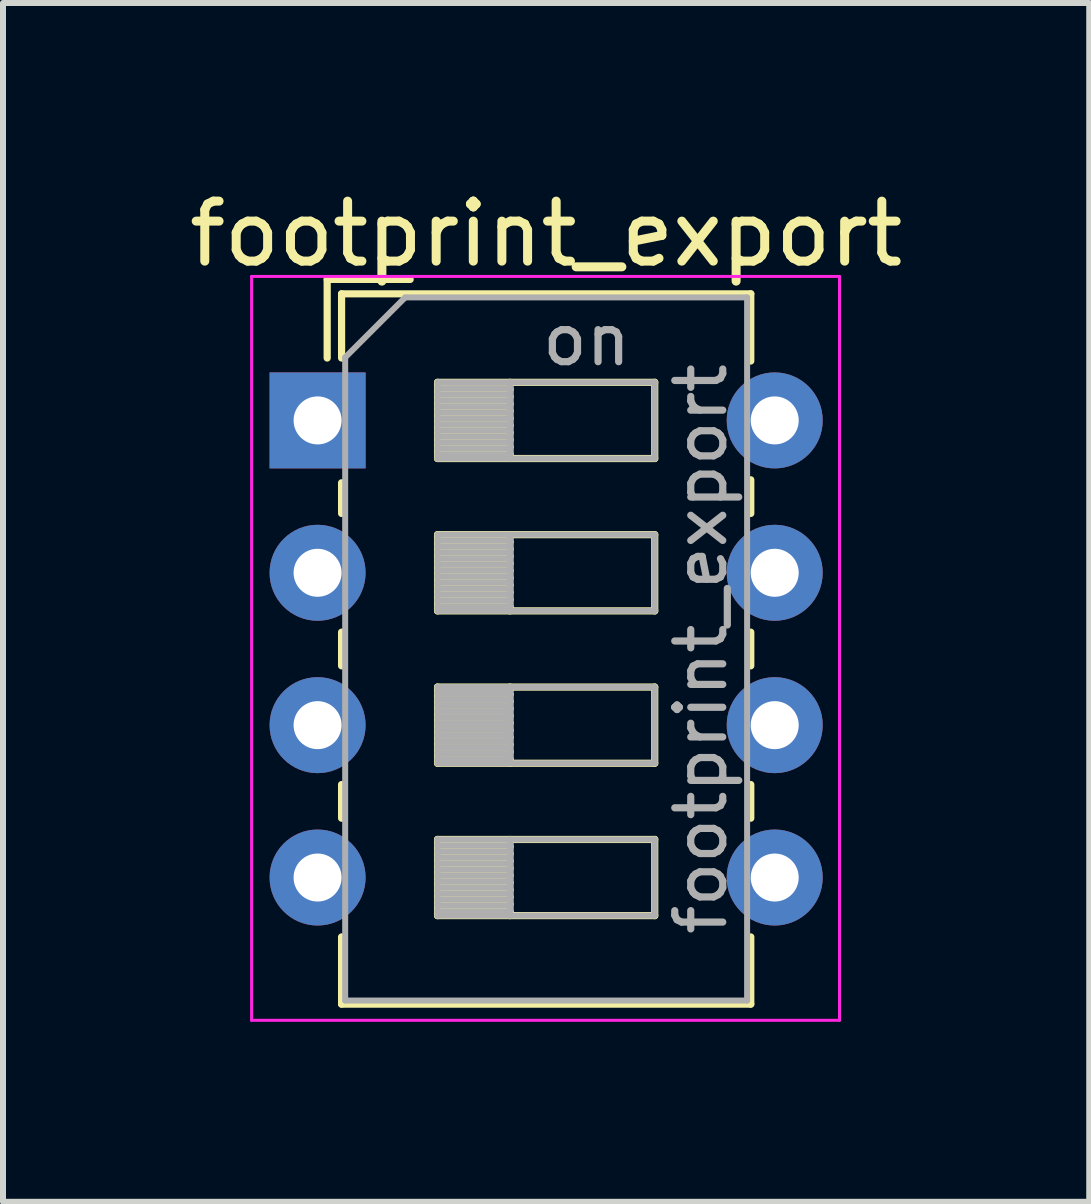
<source format=kicad_pcb>
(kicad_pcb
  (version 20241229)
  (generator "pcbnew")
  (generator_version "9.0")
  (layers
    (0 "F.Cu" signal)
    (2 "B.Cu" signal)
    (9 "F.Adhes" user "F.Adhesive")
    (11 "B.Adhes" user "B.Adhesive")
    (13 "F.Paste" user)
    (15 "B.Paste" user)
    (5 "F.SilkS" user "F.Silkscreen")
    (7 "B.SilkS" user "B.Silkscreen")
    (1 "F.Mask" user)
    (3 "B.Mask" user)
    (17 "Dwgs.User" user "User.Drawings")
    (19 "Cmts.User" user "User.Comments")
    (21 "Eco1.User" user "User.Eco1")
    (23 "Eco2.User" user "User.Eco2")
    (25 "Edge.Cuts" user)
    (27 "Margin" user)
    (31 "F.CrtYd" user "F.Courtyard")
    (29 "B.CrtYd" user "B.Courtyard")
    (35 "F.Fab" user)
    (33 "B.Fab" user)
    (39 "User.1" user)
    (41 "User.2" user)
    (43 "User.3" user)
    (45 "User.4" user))
  (footprint "footprint_export"
    (layer "F.Cu")
    (at 2.244 3.958)
    (property "Reference" "footprint_export" (at 3.81 -3.11 0) (layer "F.SilkS") (effects (font (size 1 1) (thickness 0.15))))
    (attr through_hole)
    (fp_line (start 0.16 -2.35) (end 0.16 -1.04) (stroke (width 0.12) (type solid)) (layer "F.SilkS"))
    (fp_line (start 0.16 -2.35) (end 1.543 -2.35) (stroke (width 0.12) (type solid)) (layer "F.SilkS"))
    (fp_line (start 0.4 -2.11) (end 0.4 -1.04) (stroke (width 0.12) (type solid)) (layer "F.SilkS"))
    (fp_line (start 0.4 -2.11) (end 7.221 -2.11) (stroke (width 0.12) (type solid)) (layer "F.SilkS"))
    (fp_line (start 0.4 1.04) (end 0.4 1.551) (stroke (width 0.12) (type solid)) (layer "F.SilkS"))
    (fp_line (start 0.4 3.53) (end 0.4 4.091) (stroke (width 0.12) (type solid)) (layer "F.SilkS"))
    (fp_line (start 0.4 6.07) (end 0.4 6.631) (stroke (width 0.12) (type solid)) (layer "F.SilkS"))
    (fp_line (start 0.4 8.61) (end 0.4 9.73) (stroke (width 0.12) (type solid)) (layer "F.SilkS"))
    (fp_line (start 0.4 9.73) (end 7.221 9.73) (stroke (width 0.12) (type solid)) (layer "F.SilkS"))
    (fp_line (start 2 -0.635) (end 2 0.635) (stroke (width 0.12) (type solid)) (layer "F.SilkS"))
    (fp_line (start 2 -0.515) (end 3.207 -0.515) (stroke (width 0.12) (type solid)) (layer "F.SilkS"))
    (fp_line (start 2 -0.395) (end 3.207 -0.395) (stroke (width 0.12) (type solid)) (layer "F.SilkS"))
    (fp_line (start 2 -0.275) (end 3.207 -0.275) (stroke (width 0.12) (type solid)) (layer "F.SilkS"))
    (fp_line (start 2 -0.155) (end 3.207 -0.155) (stroke (width 0.12) (type solid)) (layer "F.SilkS"))
    (fp_line (start 2 -0.035) (end 3.207 -0.035) (stroke (width 0.12) (type solid)) (layer "F.SilkS"))
    (fp_line (start 2 0.085) (end 3.207 0.085) (stroke (width 0.12) (type solid)) (layer "F.SilkS"))
    (fp_line (start 2 0.205) (end 3.207 0.205) (stroke (width 0.12) (type solid)) (layer "F.SilkS"))
    (fp_line (start 2 0.325) (end 3.207 0.325) (stroke (width 0.12) (type solid)) (layer "F.SilkS"))
    (fp_line (start 2 0.445) (end 3.207 0.445) (stroke (width 0.12) (type solid)) (layer "F.SilkS"))
    (fp_line (start 2 0.565) (end 3.207 0.565) (stroke (width 0.12) (type solid)) (layer "F.SilkS"))
    (fp_line (start 2 0.635) (end 5.62 0.635) (stroke (width 0.12) (type solid)) (layer "F.SilkS"))
    (fp_line (start 2 1.905) (end 2 3.175) (stroke (width 0.12) (type solid)) (layer "F.SilkS"))
    (fp_line (start 2 2.025) (end 3.207 2.025) (stroke (width 0.12) (type solid)) (layer "F.SilkS"))
    (fp_line (start 2 2.145) (end 3.207 2.145) (stroke (width 0.12) (type solid)) (layer "F.SilkS"))
    (fp_line (start 2 2.265) (end 3.207 2.265) (stroke (width 0.12) (type solid)) (layer "F.SilkS"))
    (fp_line (start 2 2.385) (end 3.207 2.385) (stroke (width 0.12) (type solid)) (layer "F.SilkS"))
    (fp_line (start 2 2.505) (end 3.207 2.505) (stroke (width 0.12) (type solid)) (layer "F.SilkS"))
    (fp_line (start 2 2.625) (end 3.207 2.625) (stroke (width 0.12) (type solid)) (layer "F.SilkS"))
    (fp_line (start 2 2.745) (end 3.207 2.745) (stroke (width 0.12) (type solid)) (layer "F.SilkS"))
    (fp_line (start 2 2.865) (end 3.207 2.865) (stroke (width 0.12) (type solid)) (layer "F.SilkS"))
    (fp_line (start 2 2.985) (end 3.207 2.985) (stroke (width 0.12) (type solid)) (layer "F.SilkS"))
    (fp_line (start 2 3.105) (end 3.207 3.105) (stroke (width 0.12) (type solid)) (layer "F.SilkS"))
    (fp_line (start 2 3.175) (end 5.62 3.175) (stroke (width 0.12) (type solid)) (layer "F.SilkS"))
    (fp_line (start 2 4.445) (end 2 5.715) (stroke (width 0.12) (type solid)) (layer "F.SilkS"))
    (fp_line (start 2 4.565) (end 3.207 4.565) (stroke (width 0.12) (type solid)) (layer "F.SilkS"))
    (fp_line (start 2 4.685) (end 3.207 4.685) (stroke (width 0.12) (type solid)) (layer "F.SilkS"))
    (fp_line (start 2 4.805) (end 3.207 4.805) (stroke (width 0.12) (type solid)) (layer "F.SilkS"))
    (fp_line (start 2 4.925) (end 3.207 4.925) (stroke (width 0.12) (type solid)) (layer "F.SilkS"))
    (fp_line (start 2 5.045) (end 3.207 5.045) (stroke (width 0.12) (type solid)) (layer "F.SilkS"))
    (fp_line (start 2 5.165) (end 3.207 5.165) (stroke (width 0.12) (type solid)) (layer "F.SilkS"))
    (fp_line (start 2 5.285) (end 3.207 5.285) (stroke (width 0.12) (type solid)) (layer "F.SilkS"))
    (fp_line (start 2 5.405) (end 3.207 5.405) (stroke (width 0.12) (type solid)) (layer "F.SilkS"))
    (fp_line (start 2 5.525) (end 3.207 5.525) (stroke (width 0.12) (type solid)) (layer "F.SilkS"))
    (fp_line (start 2 5.645) (end 3.207 5.645) (stroke (width 0.12) (type solid)) (layer "F.SilkS"))
    (fp_line (start 2 5.715) (end 5.62 5.715) (stroke (width 0.12) (type solid)) (layer "F.SilkS"))
    (fp_line (start 2 6.985) (end 2 8.255) (stroke (width 0.12) (type solid)) (layer "F.SilkS"))
    (fp_line (start 2 7.105) (end 3.207 7.105) (stroke (width 0.12) (type solid)) (layer "F.SilkS"))
    (fp_line (start 2 7.225) (end 3.207 7.225) (stroke (width 0.12) (type solid)) (layer "F.SilkS"))
    (fp_line (start 2 7.345) (end 3.207 7.345) (stroke (width 0.12) (type solid)) (layer "F.SilkS"))
    (fp_line (start 2 7.465) (end 3.207 7.465) (stroke (width 0.12) (type solid)) (layer "F.SilkS"))
    (fp_line (start 2 7.585) (end 3.207 7.585) (stroke (width 0.12) (type solid)) (layer "F.SilkS"))
    (fp_line (start 2 7.705) (end 3.207 7.705) (stroke (width 0.12) (type solid)) (layer "F.SilkS"))
    (fp_line (start 2 7.825) (end 3.207 7.825) (stroke (width 0.12) (type solid)) (layer "F.SilkS"))
    (fp_line (start 2 7.945) (end 3.207 7.945) (stroke (width 0.12) (type solid)) (layer "F.SilkS"))
    (fp_line (start 2 8.065) (end 3.207 8.065) (stroke (width 0.12) (type solid)) (layer "F.SilkS"))
    (fp_line (start 2 8.185) (end 3.207 8.185) (stroke (width 0.12) (type solid)) (layer "F.SilkS"))
    (fp_line (start 2 8.255) (end 5.62 8.255) (stroke (width 0.12) (type solid)) (layer "F.SilkS"))
    (fp_line (start 3.207 -0.635) (end 3.207 0.635) (stroke (width 0.12) (type solid)) (layer "F.SilkS"))
    (fp_line (start 3.207 1.905) (end 3.207 3.175) (stroke (width 0.12) (type solid)) (layer "F.SilkS"))
    (fp_line (start 3.207 4.445) (end 3.207 5.715) (stroke (width 0.12) (type solid)) (layer "F.SilkS"))
    (fp_line (start 3.207 6.985) (end 3.207 8.255) (stroke (width 0.12) (type solid)) (layer "F.SilkS"))
    (fp_line (start 5.62 -0.635) (end 2 -0.635) (stroke (width 0.12) (type solid)) (layer "F.SilkS"))
    (fp_line (start 5.62 0.635) (end 5.62 -0.635) (stroke (width 0.12) (type solid)) (layer "F.SilkS"))
    (fp_line (start 5.62 1.905) (end 2 1.905) (stroke (width 0.12) (type solid)) (layer "F.SilkS"))
    (fp_line (start 5.62 3.175) (end 5.62 1.905) (stroke (width 0.12) (type solid)) (layer "F.SilkS"))
    (fp_line (start 5.62 4.445) (end 2 4.445) (stroke (width 0.12) (type solid)) (layer "F.SilkS"))
    (fp_line (start 5.62 5.715) (end 5.62 4.445) (stroke (width 0.12) (type solid)) (layer "F.SilkS"))
    (fp_line (start 5.62 6.985) (end 2 6.985) (stroke (width 0.12) (type solid)) (layer "F.SilkS"))
    (fp_line (start 5.62 8.255) (end 5.62 6.985) (stroke (width 0.12) (type solid)) (layer "F.SilkS"))
    (fp_line (start 7.221 -2.11) (end 7.221 -0.99) (stroke (width 0.12) (type solid)) (layer "F.SilkS"))
    (fp_line (start 7.221 0.99) (end 7.221 1.551) (stroke (width 0.12) (type solid)) (layer "F.SilkS"))
    (fp_line (start 7.221 3.53) (end 7.221 4.091) (stroke (width 0.12) (type solid)) (layer "F.SilkS"))
    (fp_line (start 7.221 6.07) (end 7.221 6.631) (stroke (width 0.12) (type solid)) (layer "F.SilkS"))
    (fp_line (start 7.221 8.61) (end 7.221 9.73) (stroke (width 0.12) (type solid)) (layer "F.SilkS"))
    (fp_line (start -1.1 -2.4) (end -1.1 10) (stroke (width 0.05) (type solid)) (layer "F.CrtYd"))
    (fp_line (start -1.1 10) (end 8.7 10) (stroke (width 0.05) (type solid)) (layer "F.CrtYd"))
    (fp_line (start 8.7 -2.4) (end -1.1 -2.4) (stroke (width 0.05) (type solid)) (layer "F.CrtYd"))
    (fp_line (start 8.7 10) (end 8.7 -2.4) (stroke (width 0.05) (type solid)) (layer "F.CrtYd"))
    (fp_line (start 0.46 -1.05) (end 1.46 -2.05) (stroke (width 0.1) (type solid)) (layer "F.Fab"))
    (fp_line (start 0.46 9.67) (end 0.46 -1.05) (stroke (width 0.1) (type solid)) (layer "F.Fab"))
    (fp_line (start 1.46 -2.05) (end 7.16 -2.05) (stroke (width 0.1) (type solid)) (layer "F.Fab"))
    (fp_line (start 2 -0.635) (end 2 0.635) (stroke (width 0.1) (type solid)) (layer "F.Fab"))
    (fp_line (start 2 -0.535) (end 3.207 -0.535) (stroke (width 0.1) (type solid)) (layer "F.Fab"))
    (fp_line (start 2 -0.435) (end 3.207 -0.435) (stroke (width 0.1) (type solid)) (layer "F.Fab"))
    (fp_line (start 2 -0.335) (end 3.207 -0.335) (stroke (width 0.1) (type solid)) (layer "F.Fab"))
    (fp_line (start 2 -0.235) (end 3.207 -0.235) (stroke (width 0.1) (type solid)) (layer "F.Fab"))
    (fp_line (start 2 -0.135) (end 3.207 -0.135) (stroke (width 0.1) (type solid)) (layer "F.Fab"))
    (fp_line (start 2 -0.035) (end 3.207 -0.035) (stroke (width 0.1) (type solid)) (layer "F.Fab"))
    (fp_line (start 2 0.065) (end 3.207 0.065) (stroke (width 0.1) (type solid)) (layer "F.Fab"))
    (fp_line (start 2 0.165) (end 3.207 0.165) (stroke (width 0.1) (type solid)) (layer "F.Fab"))
    (fp_line (start 2 0.265) (end 3.207 0.265) (stroke (width 0.1) (type solid)) (layer "F.Fab"))
    (fp_line (start 2 0.365) (end 3.207 0.365) (stroke (width 0.1) (type solid)) (layer "F.Fab"))
    (fp_line (start 2 0.465) (end 3.207 0.465) (stroke (width 0.1) (type solid)) (layer "F.Fab"))
    (fp_line (start 2 0.565) (end 3.207 0.565) (stroke (width 0.1) (type solid)) (layer "F.Fab"))
    (fp_line (start 2 0.635) (end 5.62 0.635) (stroke (width 0.1) (type solid)) (layer "F.Fab"))
    (fp_line (start 2 1.905) (end 2 3.175) (stroke (width 0.1) (type solid)) (layer "F.Fab"))
    (fp_line (start 2 2.005) (end 3.207 2.005) (stroke (width 0.1) (type solid)) (layer "F.Fab"))
    (fp_line (start 2 2.105) (end 3.207 2.105) (stroke (width 0.1) (type solid)) (layer "F.Fab"))
    (fp_line (start 2 2.205) (end 3.207 2.205) (stroke (width 0.1) (type solid)) (layer "F.Fab"))
    (fp_line (start 2 2.305) (end 3.207 2.305) (stroke (width 0.1) (type solid)) (layer "F.Fab"))
    (fp_line (start 2 2.405) (end 3.207 2.405) (stroke (width 0.1) (type solid)) (layer "F.Fab"))
    (fp_line (start 2 2.505) (end 3.207 2.505) (stroke (width 0.1) (type solid)) (layer "F.Fab"))
    (fp_line (start 2 2.605) (end 3.207 2.605) (stroke (width 0.1) (type solid)) (layer "F.Fab"))
    (fp_line (start 2 2.705) (end 3.207 2.705) (stroke (width 0.1) (type solid)) (layer "F.Fab"))
    (fp_line (start 2 2.805) (end 3.207 2.805) (stroke (width 0.1) (type solid)) (layer "F.Fab"))
    (fp_line (start 2 2.905) (end 3.207 2.905) (stroke (width 0.1) (type solid)) (layer "F.Fab"))
    (fp_line (start 2 3.005) (end 3.207 3.005) (stroke (width 0.1) (type solid)) (layer "F.Fab"))
    (fp_line (start 2 3.105) (end 3.207 3.105) (stroke (width 0.1) (type solid)) (layer "F.Fab"))
    (fp_line (start 2 3.175) (end 5.62 3.175) (stroke (width 0.1) (type solid)) (layer "F.Fab"))
    (fp_line (start 2 4.445) (end 2 5.715) (stroke (width 0.1) (type solid)) (layer "F.Fab"))
    (fp_line (start 2 4.545) (end 3.207 4.545) (stroke (width 0.1) (type solid)) (layer "F.Fab"))
    (fp_line (start 2 4.645) (end 3.207 4.645) (stroke (width 0.1) (type solid)) (layer "F.Fab"))
    (fp_line (start 2 4.745) (end 3.207 4.745) (stroke (width 0.1) (type solid)) (layer "F.Fab"))
    (fp_line (start 2 4.845) (end 3.207 4.845) (stroke (width 0.1) (type solid)) (layer "F.Fab"))
    (fp_line (start 2 4.945) (end 3.207 4.945) (stroke (width 0.1) (type solid)) (layer "F.Fab"))
    (fp_line (start 2 5.045) (end 3.207 5.045) (stroke (width 0.1) (type solid)) (layer "F.Fab"))
    (fp_line (start 2 5.145) (end 3.207 5.145) (stroke (width 0.1) (type solid)) (layer "F.Fab"))
    (fp_line (start 2 5.245) (end 3.207 5.245) (stroke (width 0.1) (type solid)) (layer "F.Fab"))
    (fp_line (start 2 5.345) (end 3.207 5.345) (stroke (width 0.1) (type solid)) (layer "F.Fab"))
    (fp_line (start 2 5.445) (end 3.207 5.445) (stroke (width 0.1) (type solid)) (layer "F.Fab"))
    (fp_line (start 2 5.545) (end 3.207 5.545) (stroke (width 0.1) (type solid)) (layer "F.Fab"))
    (fp_line (start 2 5.645) (end 3.207 5.645) (stroke (width 0.1) (type solid)) (layer "F.Fab"))
    (fp_line (start 2 5.715) (end 5.62 5.715) (stroke (width 0.1) (type solid)) (layer "F.Fab"))
    (fp_line (start 2 6.985) (end 2 8.255) (stroke (width 0.1) (type solid)) (layer "F.Fab"))
    (fp_line (start 2 7.085) (end 3.207 7.085) (stroke (width 0.1) (type solid)) (layer "F.Fab"))
    (fp_line (start 2 7.185) (end 3.207 7.185) (stroke (width 0.1) (type solid)) (layer "F.Fab"))
    (fp_line (start 2 7.285) (end 3.207 7.285) (stroke (width 0.1) (type solid)) (layer "F.Fab"))
    (fp_line (start 2 7.385) (end 3.207 7.385) (stroke (width 0.1) (type solid)) (layer "F.Fab"))
    (fp_line (start 2 7.485) (end 3.207 7.485) (stroke (width 0.1) (type solid)) (layer "F.Fab"))
    (fp_line (start 2 7.585) (end 3.207 7.585) (stroke (width 0.1) (type solid)) (layer "F.Fab"))
    (fp_line (start 2 7.685) (end 3.207 7.685) (stroke (width 0.1) (type solid)) (layer "F.Fab"))
    (fp_line (start 2 7.785) (end 3.207 7.785) (stroke (width 0.1) (type solid)) (layer "F.Fab"))
    (fp_line (start 2 7.885) (end 3.207 7.885) (stroke (width 0.1) (type solid)) (layer "F.Fab"))
    (fp_line (start 2 7.985) (end 3.207 7.985) (stroke (width 0.1) (type solid)) (layer "F.Fab"))
    (fp_line (start 2 8.085) (end 3.207 8.085) (stroke (width 0.1) (type solid)) (layer "F.Fab"))
    (fp_line (start 2 8.185) (end 3.207 8.185) (stroke (width 0.1) (type solid)) (layer "F.Fab"))
    (fp_line (start 2 8.255) (end 5.62 8.255) (stroke (width 0.1) (type solid)) (layer "F.Fab"))
    (fp_line (start 3.207 -0.635) (end 3.207 0.635) (stroke (width 0.1) (type solid)) (layer "F.Fab"))
    (fp_line (start 3.207 1.905) (end 3.207 3.175) (stroke (width 0.1) (type solid)) (layer "F.Fab"))
    (fp_line (start 3.207 4.445) (end 3.207 5.715) (stroke (width 0.1) (type solid)) (layer "F.Fab"))
    (fp_line (start 3.207 6.985) (end 3.207 8.255) (stroke (width 0.1) (type solid)) (layer "F.Fab"))
    (fp_line (start 5.62 -0.635) (end 2 -0.635) (stroke (width 0.1) (type solid)) (layer "F.Fab"))
    (fp_line (start 5.62 0.635) (end 5.62 -0.635) (stroke (width 0.1) (type solid)) (layer "F.Fab"))
    (fp_line (start 5.62 1.905) (end 2 1.905) (stroke (width 0.1) (type solid)) (layer "F.Fab"))
    (fp_line (start 5.62 3.175) (end 5.62 1.905) (stroke (width 0.1) (type solid)) (layer "F.Fab"))
    (fp_line (start 5.62 4.445) (end 2 4.445) (stroke (width 0.1) (type solid)) (layer "F.Fab"))
    (fp_line (start 5.62 5.715) (end 5.62 4.445) (stroke (width 0.1) (type solid)) (layer "F.Fab"))
    (fp_line (start 5.62 6.985) (end 2 6.985) (stroke (width 0.1) (type solid)) (layer "F.Fab"))
    (fp_line (start 5.62 8.255) (end 5.62 6.985) (stroke (width 0.1) (type solid)) (layer "F.Fab"))
    (fp_line (start 7.16 -2.05) (end 7.16 9.67) (stroke (width 0.1) (type solid)) (layer "F.Fab"))
    (fp_line (start 7.16 9.67) (end 0.46 9.67) (stroke (width 0.1) (type solid)) (layer "F.Fab"))
    (fp_text user "${REFERENCE}" (at 6.39 3.81 90) (layer "F.Fab") (effects (font (size 0.8 0.8) (thickness 0.12))))
    (fp_text user "on" (at 4.485 -1.343 0) (layer "F.Fab") (effects (font (size 0.8 0.8) (thickness 0.12))))
    (pad "1" thru_hole rect (at 0 0) (size 1.6 1.6) (drill 0.8) (layers "*.Cu" "*.Mask"))
    (pad "2" thru_hole oval (at 0 2.54) (size 1.6 1.6) (drill 0.8) (layers "*.Cu" "*.Mask"))
    (pad "3" thru_hole oval (at 0 5.08) (size 1.6 1.6) (drill 0.8) (layers "*.Cu" "*.Mask"))
    (pad "4" thru_hole oval (at 0 7.62) (size 1.6 1.6) (drill 0.8) (layers "*.Cu" "*.Mask"))
    (pad "5" thru_hole oval (at 7.62 7.62) (size 1.6 1.6) (drill 0.8) (layers "*.Cu" "*.Mask"))
    (pad "6" thru_hole oval (at 7.62 5.08) (size 1.6 1.6) (drill 0.8) (layers "*.Cu" "*.Mask"))
    (pad "7" thru_hole oval (at 7.62 2.54) (size 1.6 1.6) (drill 0.8) (layers "*.Cu" "*.Mask"))
    (pad "8" thru_hole oval (at 7.62 0) (size 1.6 1.6) (drill 0.8) (layers "*.Cu" "*.Mask")))
  (gr_rect
    (start -3 -3)
    (end 15.107 16.983)
    (stroke (width 0.1) (type default))
    (fill no)
    (layer "Edge.Cuts")))
</source>
